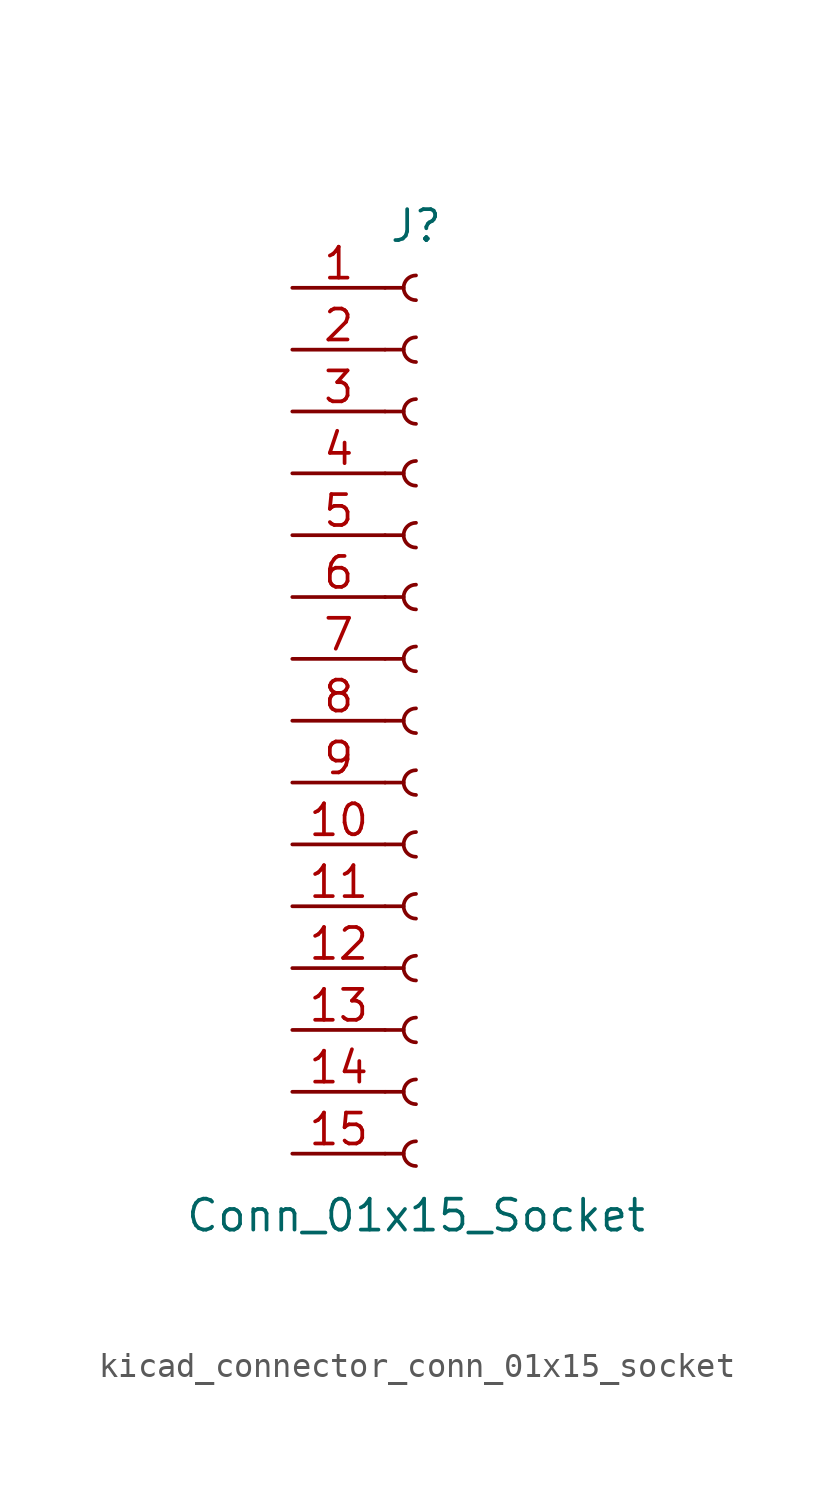
<source format=kicad_sym>
(kicad_symbol_lib
  (version 20220914)
  (generator kicad_symbol_editor)
  (symbol "kicad_connector_conn_01x15_socket"
    (pin_names
      (offset 1.016) hide)
    (property "Reference" "J"
      (at 0 20.32 0)
      (effects (font (size 1.27 1.27))))
    (property "Value" "Conn_01x15_Socket"
      (at 0 -20.32 0)
      (effects (font (size 1.27 1.27))))
    (property "ki_locked" ""
      (at 0 0 0)
      (effects (font (size 1.27 1.27))))
    (symbol "kicad_connector_conn_01x15_socket_1_1"
      (arc (start 0 -17.272) (mid -0.5058 -17.78) (end 0 -18.288) (stroke (width 0.1524) (type default)) (fill (type none)))
      (arc (start 0 -14.732) (mid -0.5058 -15.24) (end 0 -15.748) (stroke (width 0.1524) (type default)) (fill (type none)))
      (arc (start 0 -12.192) (mid -0.5058 -12.7) (end 0 -13.208) (stroke (width 0.1524) (type default)) (fill (type none)))
      (arc (start 0 -9.652) (mid -0.5058 -10.16) (end 0 -10.668) (stroke (width 0.1524) (type default)) (fill (type none)))
      (arc (start 0 -7.112) (mid -0.5058 -7.62) (end 0 -8.128) (stroke (width 0.1524) (type default)) (fill (type none)))
      (arc (start 0 -4.572) (mid -0.5058 -5.08) (end 0 -5.588) (stroke (width 0.1524) (type default)) (fill (type none)))
      (arc (start 0 -2.032) (mid -0.5058 -2.54) (end 0 -3.048) (stroke (width 0.1524) (type default)) (fill (type none)))
      (polyline (pts (xy -1.27 -17.78) (xy -0.508 -17.78)) (stroke (width 0.152) (type default)) (fill (type none)))
      (polyline (pts (xy -1.27 -15.24) (xy -0.508 -15.24)) (stroke (width 0.152) (type default)) (fill (type none)))
      (polyline (pts (xy -1.27 -12.7) (xy -0.508 -12.7)) (stroke (width 0.152) (type default)) (fill (type none)))
      (polyline (pts (xy -1.27 -10.16) (xy -0.508 -10.16)) (stroke (width 0.152) (type default)) (fill (type none)))
      (polyline (pts (xy -1.27 -7.62) (xy -0.508 -7.62)) (stroke (width 0.152) (type default)) (fill (type none)))
      (polyline (pts (xy -1.27 -5.08) (xy -0.508 -5.08)) (stroke (width 0.152) (type default)) (fill (type none)))
      (polyline (pts (xy -1.27 -2.54) (xy -0.508 -2.54)) (stroke (width 0.152) (type default)) (fill (type none)))
      (polyline (pts (xy -1.27 0) (xy -0.508 0)) (stroke (width 0.152) (type default)) (fill (type none)))
      (polyline (pts (xy -1.27 2.54) (xy -0.508 2.54)) (stroke (width 0.152) (type default)) (fill (type none)))
      (polyline (pts (xy -1.27 5.08) (xy -0.508 5.08)) (stroke (width 0.152) (type default)) (fill (type none)))
      (polyline (pts (xy -1.27 7.62) (xy -0.508 7.62)) (stroke (width 0.152) (type default)) (fill (type none)))
      (polyline (pts (xy -1.27 10.16) (xy -0.508 10.16)) (stroke (width 0.152) (type default)) (fill (type none)))
      (polyline (pts (xy -1.27 12.7) (xy -0.508 12.7)) (stroke (width 0.152) (type default)) (fill (type none)))
      (polyline (pts (xy -1.27 15.24) (xy -0.508 15.24)) (stroke (width 0.152) (type default)) (fill (type none)))
      (polyline (pts (xy -1.27 17.78) (xy -0.508 17.78)) (stroke (width 0.152) (type default)) (fill (type none)))
      (arc (start 0 0.508) (mid -0.5058 0) (end 0 -0.508) (stroke (width 0.1524) (type default)) (fill (type none)))
      (arc (start 0 3.048) (mid -0.5058 2.54) (end 0 2.032) (stroke (width 0.1524) (type default)) (fill (type none)))
      (arc (start 0 5.588) (mid -0.5058 5.08) (end 0 4.572) (stroke (width 0.1524) (type default)) (fill (type none)))
      (arc (start 0 8.128) (mid -0.5058 7.62) (end 0 7.112) (stroke (width 0.1524) (type default)) (fill (type none)))
      (arc (start 0 10.668) (mid -0.5058 10.16) (end 0 9.652) (stroke (width 0.1524) (type default)) (fill (type none)))
      (arc (start 0 13.208) (mid -0.5058 12.7) (end 0 12.192) (stroke (width 0.1524) (type default)) (fill (type none)))
      (arc (start 0 15.748) (mid -0.5058 15.24) (end 0 14.732) (stroke (width 0.1524) (type default)) (fill (type none)))
      (arc (start 0 18.288) (mid -0.5058 17.78) (end 0 17.272) (stroke (width 0.1524) (type default)) (fill (type none)))
      (pin passive line (at -5.08 17.78 0) (length 3.81) (name "Pin_1" (effects (font (size 1.27 1.27)))) (number "1" (effects (font (size 1.27 1.27)))))
      (pin passive line (at -5.08 -5.08 0) (length 3.81) (name "Pin_10" (effects (font (size 1.27 1.27)))) (number "10" (effects (font (size 1.27 1.27)))))
      (pin passive line (at -5.08 -7.62 0) (length 3.81) (name "Pin_11" (effects (font (size 1.27 1.27)))) (number "11" (effects (font (size 1.27 1.27)))))
      (pin passive line (at -5.08 -10.16 0) (length 3.81) (name "Pin_12" (effects (font (size 1.27 1.27)))) (number "12" (effects (font (size 1.27 1.27)))))
      (pin passive line (at -5.08 -12.7 0) (length 3.81) (name "Pin_13" (effects (font (size 1.27 1.27)))) (number "13" (effects (font (size 1.27 1.27)))))
      (pin passive line (at -5.08 -15.24 0) (length 3.81) (name "Pin_14" (effects (font (size 1.27 1.27)))) (number "14" (effects (font (size 1.27 1.27)))))
      (pin passive line (at -5.08 -17.78 0) (length 3.81) (name "Pin_15" (effects (font (size 1.27 1.27)))) (number "15" (effects (font (size 1.27 1.27)))))
      (pin passive line (at -5.08 15.24 0) (length 3.81) (name "Pin_2" (effects (font (size 1.27 1.27)))) (number "2" (effects (font (size 1.27 1.27)))))
      (pin passive line (at -5.08 12.7 0) (length 3.81) (name "Pin_3" (effects (font (size 1.27 1.27)))) (number "3" (effects (font (size 1.27 1.27)))))
      (pin passive line (at -5.08 10.16 0) (length 3.81) (name "Pin_4" (effects (font (size 1.27 1.27)))) (number "4" (effects (font (size 1.27 1.27)))))
      (pin passive line (at -5.08 7.62 0) (length 3.81) (name "Pin_5" (effects (font (size 1.27 1.27)))) (number "5" (effects (font (size 1.27 1.27)))))
      (pin passive line (at -5.08 5.08 0) (length 3.81) (name "Pin_6" (effects (font (size 1.27 1.27)))) (number "6" (effects (font (size 1.27 1.27)))))
      (pin passive line (at -5.08 2.54 0) (length 3.81) (name "Pin_7" (effects (font (size 1.27 1.27)))) (number "7" (effects (font (size 1.27 1.27)))))
      (pin passive line (at -5.08 0 0) (length 3.81) (name "Pin_8" (effects (font (size 1.27 1.27)))) (number "8" (effects (font (size 1.27 1.27)))))
      (pin passive line (at -5.08 -2.54 0) (length 3.81) (name "Pin_9" (effects (font (size 1.27 1.27)))) (number "9" (effects (font (size 1.27 1.27))))))))
</source>
